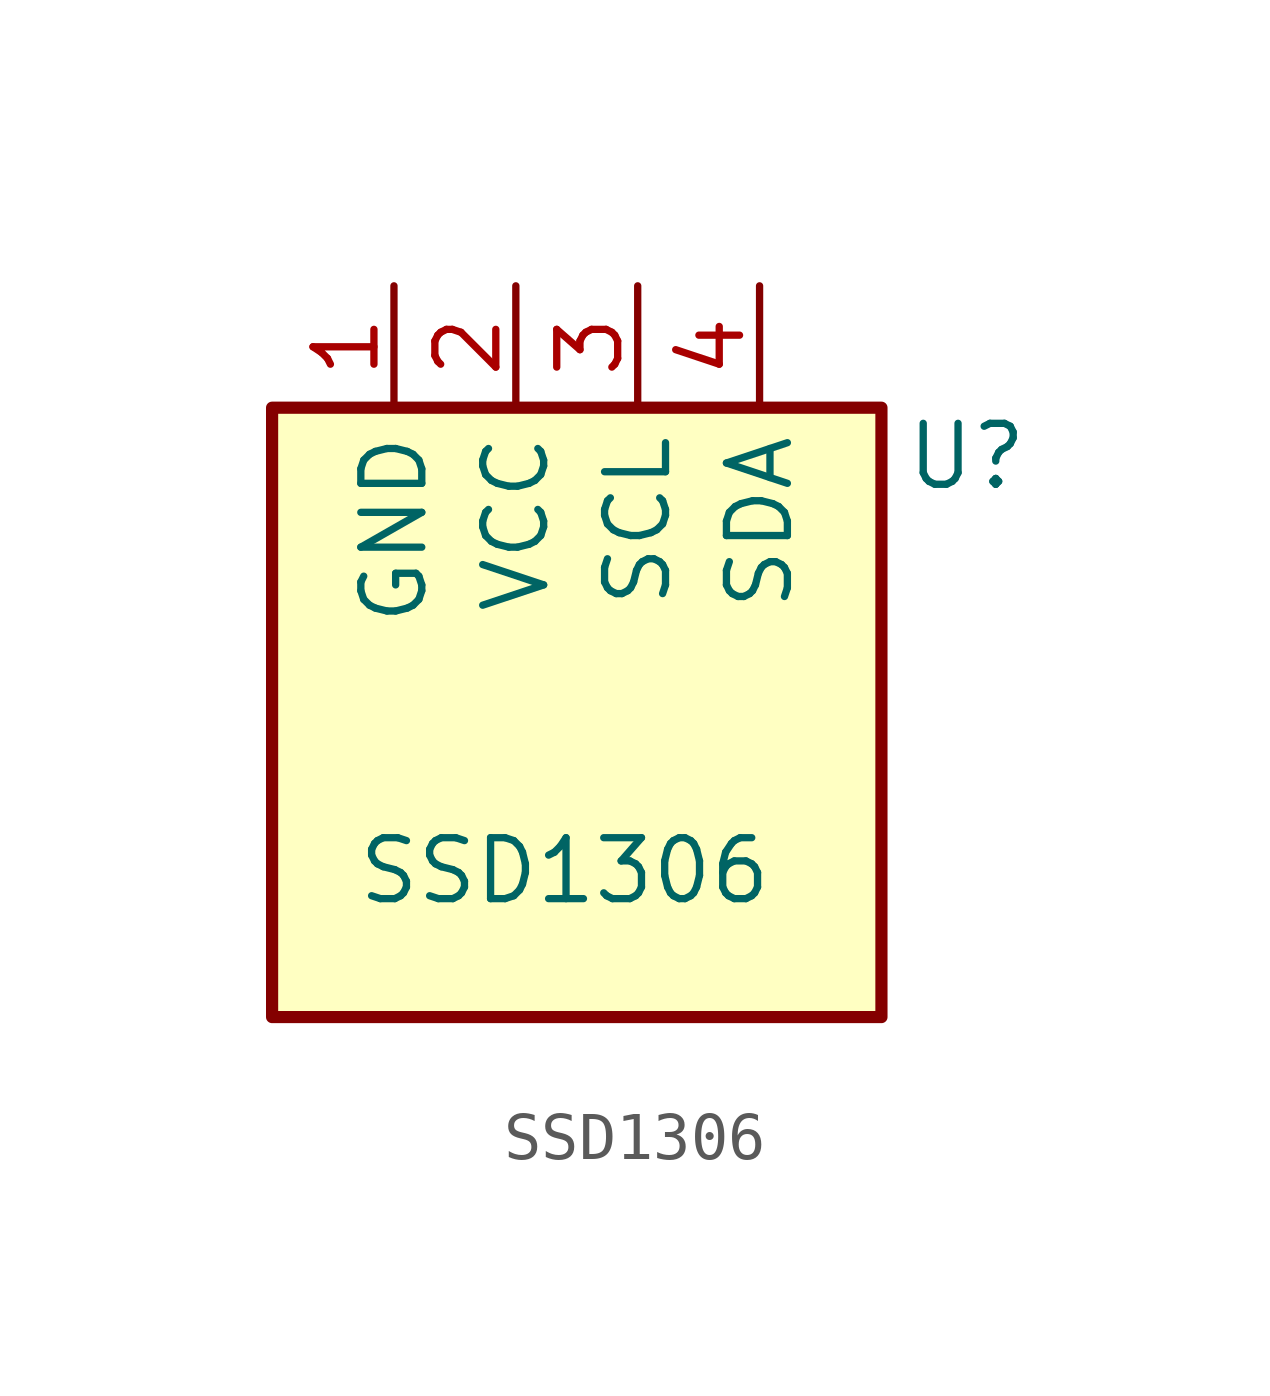
<source format=kicad_sym>
(kicad_symbol_lib
  (version 20231120)
  (generator "kicad_symbol_editor")
  (generator_version "8.0")
  (symbol "SSD1306"
    (property "Reference" "U"
      (at 8.128 5.334 0)
      (effects (font (size 1.27 1.27))))
    (property "Value" "SSD1306"
      (at -0.254 -3.302 0)
      (effects (font (size 1.27 1.27))))
    (symbol "SSD1306_1_1"
      (rectangle (start -6.35 6.35) (end 6.35 -6.35) (stroke (width 0.254) (type default)) (fill (type background)))
      (pin power_in line (at -3.81 8.89 270) (length 2.54) (name "GND" (effects (font (size 1.27 1.27)))) (number "1" (effects (font (size 1.27 1.27)))))
      (pin power_in line (at -1.27 8.89 270) (length 2.54) (name "VCC" (effects (font (size 1.27 1.27)))) (number "2" (effects (font (size 1.27 1.27)))))
      (pin input line (at 1.27 8.89 270) (length 2.54) (name "SCL" (effects (font (size 1.27 1.27)))) (number "3" (effects (font (size 1.27 1.27)))))
      (pin input line (at 3.81 8.89 270) (length 2.54) (name "SDA" (effects (font (size 1.27 1.27)))) (number "4" (effects (font (size 1.27 1.27))))))))
</source>
